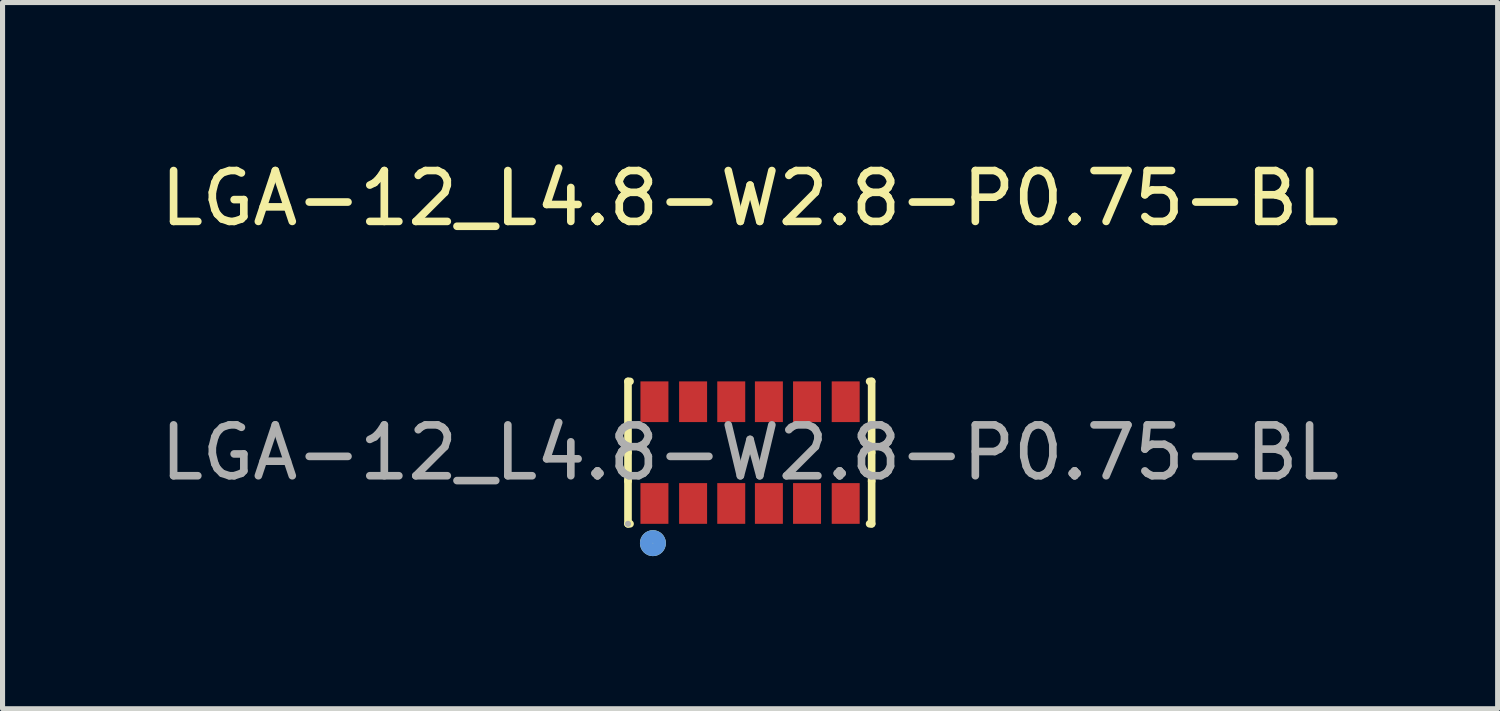
<source format=kicad_pcb>
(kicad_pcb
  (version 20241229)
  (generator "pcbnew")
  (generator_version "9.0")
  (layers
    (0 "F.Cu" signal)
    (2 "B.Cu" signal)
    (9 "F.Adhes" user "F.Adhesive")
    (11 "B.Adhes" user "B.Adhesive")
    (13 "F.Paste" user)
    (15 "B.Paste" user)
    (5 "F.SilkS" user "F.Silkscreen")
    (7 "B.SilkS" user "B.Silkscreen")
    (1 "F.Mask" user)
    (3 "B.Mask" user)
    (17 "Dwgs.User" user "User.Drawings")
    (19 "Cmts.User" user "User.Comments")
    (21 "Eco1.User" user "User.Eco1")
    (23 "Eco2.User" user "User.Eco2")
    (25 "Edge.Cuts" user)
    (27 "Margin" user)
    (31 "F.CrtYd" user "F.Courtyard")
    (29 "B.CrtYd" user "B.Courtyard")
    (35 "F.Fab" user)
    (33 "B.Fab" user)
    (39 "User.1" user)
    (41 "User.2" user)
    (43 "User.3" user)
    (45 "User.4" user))
  (footprint "LGA-12_L4.8-W2.8-P0.75-BL"
    (layer "F.Cu")
    (at 11.696 5.848)
    (property "Reference" "LGA-12_L4.8-W2.8-P0.75-BL" (at 0 -5 0) (layer "F.SilkS") (effects (font (size 1 1) (thickness 0.15))))
    (attr smd)
    (fp_line (start -2.4 -1.4) (end -2.36 -1.4) (stroke (width 0.15) (type solid)) (layer "F.SilkS"))
    (fp_line (start -2.4 -0.56) (end -2.4 -1.4) (stroke (width 0.15) (type solid)) (layer "F.SilkS"))
    (fp_line (start -2.4 0) (end -2.4 -0.56) (stroke (width 0.15) (type solid)) (layer "F.SilkS"))
    (fp_line (start -2.4 0) (end -2.4 0.56) (stroke (width 0.15) (type solid)) (layer "F.SilkS"))
    (fp_line (start -2.4 0.56) (end -2.4 1.4) (stroke (width 0.15) (type solid)) (layer "F.SilkS"))
    (fp_line (start -2.4 1.4) (end -2.36 1.4) (stroke (width 0.15) (type solid)) (layer "F.SilkS"))
    (fp_line (start 2.39 -1.4) (end 2.35 -1.4) (stroke (width 0.15) (type solid)) (layer "F.SilkS"))
    (fp_line (start 2.39 -0.56) (end 2.39 -1.4) (stroke (width 0.15) (type solid)) (layer "F.SilkS"))
    (fp_line (start 2.39 0) (end 2.39 -0.56) (stroke (width 0.15) (type solid)) (layer "F.SilkS"))
    (fp_line (start 2.39 0) (end 2.39 0.56) (stroke (width 0.15) (type solid)) (layer "F.SilkS"))
    (fp_line (start 2.39 0.56) (end 2.39 1.4) (stroke (width 0.15) (type solid)) (layer "F.SilkS"))
    (fp_line (start 2.39 1.4) (end 2.35 1.4) (stroke (width 0.15) (type solid)) (layer "F.SilkS"))
    (fp_circle (center -1.91 1.78) (end -1.78 1.78) (stroke (width 0.25) (type solid)) (fill no) (layer "F.SilkS"))
    (fp_circle (center -1.91 1.78) (end -1.78 1.78) (stroke (width 0.25) (type solid)) (fill no) (layer "Cmts.User"))
    (fp_circle (center -2.4 1.4) (end -2.37 1.4) (stroke (width 0.06) (type solid)) (fill no) (layer "F.Fab"))
    (fp_text user "${REFERENCE}" (at 0 0 0) (layer "F.Fab") (effects (font (size 1 1) (thickness 0.15))))
    (pad "1" smd rect (at -1.88 1) (size 0.55 0.8) (layers "F.Cu" "F.Mask" "F.Paste"))
    (pad "2" smd rect (at -1.12 1) (size 0.55 0.8) (layers "F.Cu" "F.Mask" "F.Paste"))
    (pad "3" smd rect (at -0.37 1) (size 0.55 0.8) (layers "F.Cu" "F.Mask" "F.Paste"))
    (pad "4" smd rect (at 0.37 1) (size 0.55 0.8) (layers "F.Cu" "F.Mask" "F.Paste"))
    (pad "5" smd rect (at 1.12 1) (size 0.55 0.8) (layers "F.Cu" "F.Mask" "F.Paste"))
    (pad "6" smd rect (at 1.88 1) (size 0.55 0.8) (layers "F.Cu" "F.Mask" "F.Paste"))
    (pad "7" smd rect (at 1.88 -1) (size 0.55 0.8) (layers "F.Cu" "F.Mask" "F.Paste"))
    (pad "8" smd rect (at 1.12 -1) (size 0.55 0.8) (layers "F.Cu" "F.Mask" "F.Paste"))
    (pad "9" smd rect (at 0.37 -1) (size 0.55 0.8) (layers "F.Cu" "F.Mask" "F.Paste"))
    (pad "10" smd rect (at -0.37 -1) (size 0.55 0.8) (layers "F.Cu" "F.Mask" "F.Paste"))
    (pad "11" smd rect (at -1.12 -1) (size 0.55 0.8) (layers "F.Cu" "F.Mask" "F.Paste"))
    (pad "12" smd rect (at -1.88 -1) (size 0.55 0.8) (layers "F.Cu" "F.Mask" "F.Paste")))
  (gr_rect
    (start -3 -3)
    (end 26.393 10.883)
    (stroke (width 0.1) (type default))
    (fill no)
    (layer "Edge.Cuts")))
</source>
